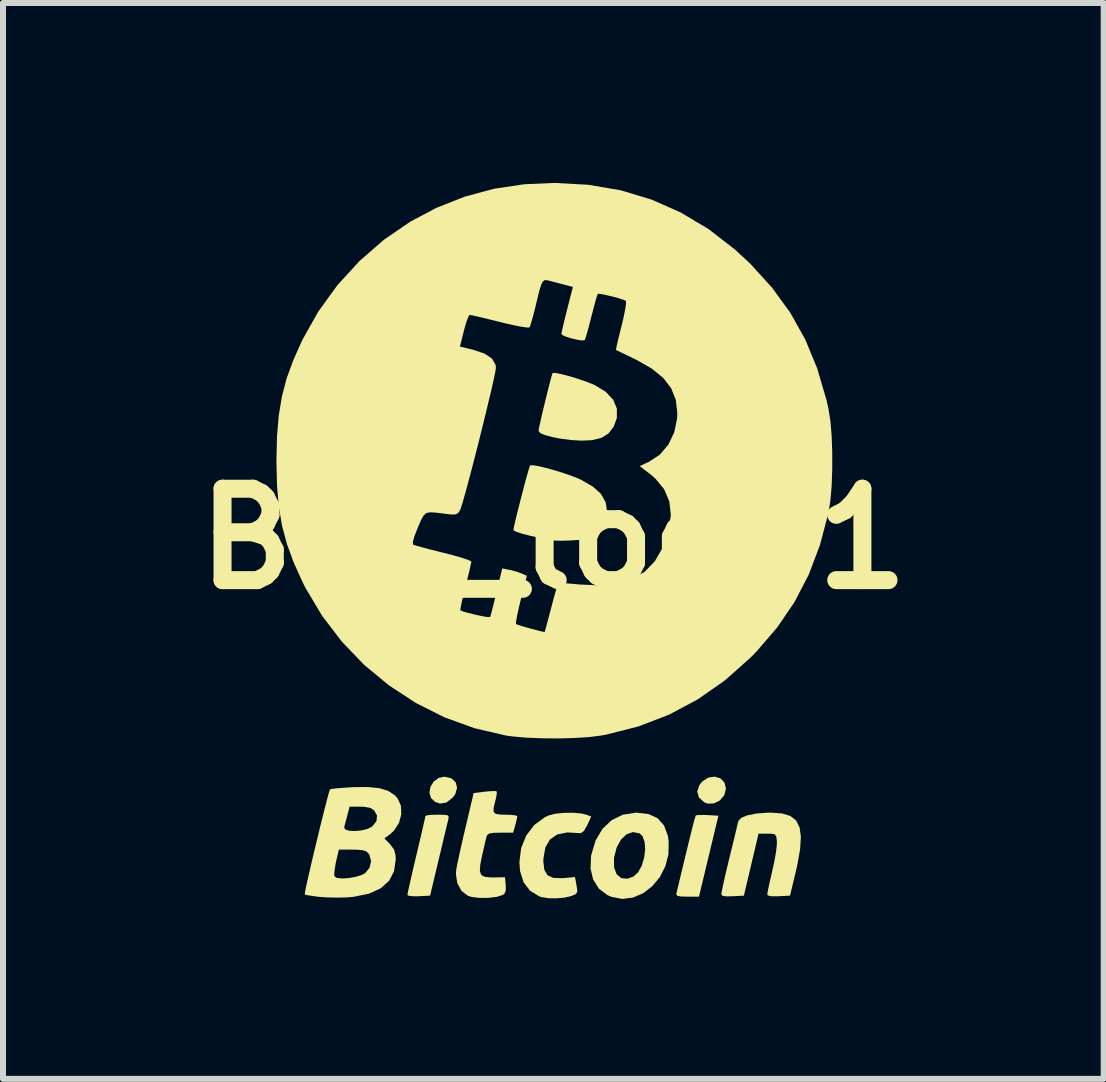
<source format=kicad_pcb>
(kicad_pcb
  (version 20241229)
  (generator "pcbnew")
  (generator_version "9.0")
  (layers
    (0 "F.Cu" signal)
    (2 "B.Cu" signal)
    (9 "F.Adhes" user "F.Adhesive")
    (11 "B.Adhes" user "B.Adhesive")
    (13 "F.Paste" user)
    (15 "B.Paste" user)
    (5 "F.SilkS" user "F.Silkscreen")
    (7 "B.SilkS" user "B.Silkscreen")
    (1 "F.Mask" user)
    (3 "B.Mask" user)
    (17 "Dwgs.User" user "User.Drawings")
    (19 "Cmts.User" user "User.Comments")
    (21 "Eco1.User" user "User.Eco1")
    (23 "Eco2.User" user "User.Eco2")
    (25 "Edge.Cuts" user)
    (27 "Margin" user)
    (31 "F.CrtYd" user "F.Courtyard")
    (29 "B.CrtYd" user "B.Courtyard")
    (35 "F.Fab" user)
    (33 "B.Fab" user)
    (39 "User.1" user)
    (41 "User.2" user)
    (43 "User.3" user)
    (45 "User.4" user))
  (footprint "BTC_logo1"
    (layer "F.Cu")
    (at 6.176 5.933)
    (property "Reference" "BTC_logo1" (at 0 0 0) (layer "F.SilkS") (effects (font (size 1.524 1.524) (thickness 0.3))))
    (attr board_only exclude_from_pos_files exclude_from_bom)
    (fp_poly (pts (xy -1.702 3.992) (xy -1.629 4.059) (xy -1.605 4.152) (xy -1.635 4.257) (xy -1.675 4.312) (xy -1.78 4.396) (xy -1.887 4.415) (xy -1.967 4.39) (xy -2.04 4.323) (xy -2.066 4.233) (xy -2.049 4.137) (xy -1.996 4.049) (xy -1.912 3.987) (xy -1.816 3.967)) (stroke (width 0) (type solid)) (fill yes) (layer "F.SilkS"))
    (fp_poly (pts (xy 2.784 3.994) (xy 2.853 4.063) (xy 2.878 4.164) (xy 2.85 4.275) (xy 2.778 4.361) (xy 2.68 4.412) (xy 2.573 4.416) (xy 2.517 4.394) (xy 2.427 4.313) (xy 2.399 4.214) (xy 2.434 4.108) (xy 2.482 4.048) (xy 2.583 3.982) (xy 2.689 3.966)) (stroke (width 0) (type solid)) (fill yes) (layer "F.SilkS"))
    (fp_poly (pts (xy 2.572 4.607) (xy 2.752 4.617) (xy 2.59 5.292) (xy 2.428 5.967) (xy 2.234 5.967) (xy 2.125 5.964) (xy 2.068 5.953) (xy 2.051 5.93) (xy 2.053 5.908) (xy 2.141 5.541) (xy 2.214 5.238) (xy 2.273 4.996) (xy 2.318 4.814) (xy 2.35 4.691) (xy 2.37 4.626) (xy 2.375 4.613) (xy 2.416 4.606) (xy 2.501 4.604)) (stroke (width 0) (type solid)) (fill yes) (layer "F.SilkS"))
    (fp_poly (pts (xy -1.822 4.602) (xy -1.764 4.61) (xy -1.745 4.632) (xy -1.75 4.672) (xy -1.75 4.675) (xy -1.764 4.731) (xy -1.79 4.839) (xy -1.826 4.989) (xy -1.868 5.168) (xy -1.912 5.35) (xy -2.055 5.95) (xy -2.244 5.96) (xy -2.351 5.96) (xy -2.419 5.95) (xy -2.433 5.937) (xy -2.426 5.896) (xy -2.405 5.8) (xy -2.374 5.661) (xy -2.334 5.488) (xy -2.288 5.293) (xy -2.283 5.274) (xy -2.237 5.078) (xy -2.196 4.905) (xy -2.164 4.764) (xy -2.142 4.667) (xy -2.133 4.623) (xy -2.133 4.622) (xy -2.103 4.61) (xy -2.024 4.602) (xy -1.933 4.6)) (stroke (width 0) (type solid)) (fill yes) (layer "F.SilkS"))
    (fp_poly (pts (xy 0.114 -2.75) (xy 0.233 -2.72) (xy 0.369 -2.68) (xy 0.505 -2.635) (xy 0.628 -2.589) (xy 0.692 -2.562) (xy 0.873 -2.451) (xy 0.997 -2.319) (xy 1.059 -2.172) (xy 1.059 -2.013) (xy 1.006 -1.869) (xy 0.92 -1.756) (xy 0.802 -1.682) (xy 0.641 -1.644) (xy 0.467 -1.636) (xy 0.299 -1.646) (xy 0.116 -1.67) (xy -0.017 -1.696) (xy -0.143 -1.73) (xy -0.214 -1.76) (xy -0.243 -1.792) (xy -0.245 -1.812) (xy -0.236 -1.864) (xy -0.214 -1.962) (xy -0.184 -2.094) (xy -0.148 -2.243) (xy -0.111 -2.396) (xy -0.075 -2.539) (xy -0.044 -2.658) (xy -0.022 -2.737) (xy -0.013 -2.763) (xy 0.027 -2.766)) (stroke (width 0) (type solid)) (fill yes) (layer "F.SilkS"))
    (fp_poly (pts (xy -0.253 -1.212) (xy -0.127 -1.182) (xy 0.019 -1.142) (xy 0.17 -1.095) (xy 0.313 -1.045) (xy 0.433 -0.997) (xy 0.461 -0.984) (xy 0.659 -0.87) (xy 0.795 -0.747) (xy 0.873 -0.607) (xy 0.897 -0.446) (xy 0.89 -0.361) (xy 0.838 -0.208) (xy 0.729 -0.083) (xy 0.609 -0.012) (xy 0.533 0.006) (xy 0.412 0.02) (xy 0.268 0.029) (xy 0.123 0.033) (xy -0.001 0.029) (xy -0.082 0.018) (xy -0.083 0.018) (xy -0.13 0.006) (xy -0.223 -0.015) (xy -0.347 -0.042) (xy -0.392 -0.052) (xy -0.517 -0.083) (xy -0.612 -0.114) (xy -0.662 -0.14) (xy -0.666 -0.147) (xy -0.658 -0.195) (xy -0.636 -0.292) (xy -0.604 -0.424) (xy -0.565 -0.578) (xy -0.523 -0.741) (xy -0.482 -0.899) (xy -0.444 -1.039) (xy -0.413 -1.148) (xy -0.393 -1.212) (xy -0.388 -1.223) (xy -0.345 -1.227)) (stroke (width 0) (type solid)) (fill yes) (layer "F.SilkS"))
    (fp_poly (pts (xy 0.465 4.58) (xy 0.547 4.599) (xy 0.631 4.631) (xy 0.566 4.774) (xy 0.511 4.871) (xy 0.459 4.908) (xy 0.443 4.908) (xy 0.229 4.896) (xy 0.063 4.931) (xy -0.057 5.014) (xy -0.133 5.146) (xy -0.165 5.327) (xy -0.167 5.382) (xy -0.15 5.521) (xy -0.097 5.61) (xy -0.000456 5.654) (xy 0.147 5.659) (xy 0.167 5.658) (xy 0.36 5.64) (xy 0.38 5.741) (xy 0.394 5.827) (xy 0.4 5.886) (xy 0.37 5.927) (xy 0.289 5.96) (xy 0.176 5.984) (xy 0.046 5.995) (xy -0.084 5.993) (xy -0.198 5.974) (xy -0.233 5.963) (xy -0.389 5.868) (xy -0.496 5.727) (xy -0.555 5.543) (xy -0.566 5.393) (xy -0.537 5.157) (xy -0.452 4.948) (xy -0.319 4.773) (xy -0.142 4.643) (xy -0.076 4.612) (xy 0.029 4.585) (xy 0.173 4.57) (xy 0.327 4.568)) (stroke (width 0) (type solid)) (fill yes) (layer "F.SilkS"))
    (fp_poly (pts (xy 1.588 4.59) (xy 1.74 4.661) (xy 1.846 4.781) (xy 1.909 4.951) (xy 1.923 5.042) (xy 1.919 5.26) (xy 1.867 5.462) (xy 1.774 5.643) (xy 1.648 5.794) (xy 1.497 5.91) (xy 1.329 5.982) (xy 1.151 6.005) (xy 0.971 5.971) (xy 0.902 5.942) (xy 0.76 5.834) (xy 0.665 5.684) (xy 0.62 5.5) (xy 0.627 5.33) (xy 1.011 5.33) (xy 1.013 5.483) (xy 1.056 5.594) (xy 1.132 5.658) (xy 1.236 5.668) (xy 1.335 5.632) (xy 1.414 5.561) (xy 1.474 5.45) (xy 1.514 5.318) (xy 1.531 5.18) (xy 1.522 5.054) (xy 1.486 4.957) (xy 1.438 4.912) (xy 1.328 4.89) (xy 1.222 4.926) (xy 1.129 5.013) (xy 1.057 5.143) (xy 1.014 5.308) (xy 1.011 5.33) (xy 0.627 5.33) (xy 0.629 5.289) (xy 0.633 5.269) (xy 0.705 5.029) (xy 0.82 4.835) (xy 0.973 4.691) (xy 1.16 4.6) (xy 1.378 4.567) (xy 1.39 4.567)) (stroke (width 0) (type solid)) (fill yes) (layer "F.SilkS"))
    (fp_poly (pts (xy 3.815 4.58) (xy 3.952 4.622) (xy 4.048 4.698) (xy 4.106 4.813) (xy 4.127 4.971) (xy 4.114 5.177) (xy 4.068 5.436) (xy 4.038 5.567) (xy 3.946 5.95) (xy 3.756 5.96) (xy 3.637 5.961) (xy 3.577 5.947) (xy 3.567 5.929) (xy 3.574 5.881) (xy 3.594 5.784) (xy 3.624 5.652) (xy 3.652 5.53) (xy 3.687 5.37) (xy 3.713 5.22) (xy 3.726 5.101) (xy 3.727 5.045) (xy 3.718 4.966) (xy 3.693 4.928) (xy 3.634 4.917) (xy 3.569 4.917) (xy 3.421 4.917) (xy 3.299 5.433) (xy 3.177 5.95) (xy 2.989 5.96) (xy 2.875 5.962) (xy 2.816 5.95) (xy 2.8 5.924) (xy 2.808 5.878) (xy 2.829 5.779) (xy 2.86 5.638) (xy 2.9 5.468) (xy 2.933 5.331) (xy 2.979 5.144) (xy 3.02 4.976) (xy 3.053 4.838) (xy 3.075 4.744) (xy 3.083 4.711) (xy 3.129 4.655) (xy 3.232 4.612) (xy 3.384 4.581) (xy 3.576 4.567) (xy 3.637 4.567)) (stroke (width 0) (type solid)) (fill yes) (layer "F.SilkS"))
    (fp_poly (pts (xy -0.945 4.211) (xy -0.943 4.25) (xy -0.957 4.328) (xy -0.964 4.355) (xy -0.995 4.479) (xy -0.997 4.551) (xy -0.961 4.587) (xy -0.879 4.599) (xy -0.8 4.6) (xy -0.695 4.604) (xy -0.622 4.614) (xy -0.6 4.625) (xy -0.609 4.671) (xy -0.629 4.753) (xy -0.635 4.775) (xy -0.67 4.9) (xy -0.883 4.9) (xy -1.003 4.903) (xy -1.072 4.916) (xy -1.105 4.941) (xy -1.112 4.958) (xy -1.127 5.017) (xy -1.151 5.121) (xy -1.181 5.25) (xy -1.187 5.277) (xy -1.219 5.437) (xy -1.225 5.544) (xy -1.2 5.608) (xy -1.137 5.638) (xy -1.032 5.647) (xy -0.99 5.646) (xy -0.806 5.643) (xy -0.794 5.774) (xy -0.793 5.868) (xy -0.818 5.92) (xy -0.846 5.94) (xy -0.946 5.971) (xy -1.084 5.987) (xy -1.231 5.988) (xy -1.362 5.972) (xy -1.426 5.952) (xy -1.533 5.869) (xy -1.601 5.743) (xy -1.625 5.59) (xy -1.619 5.518) (xy -1.605 5.441) (xy -1.578 5.313) (xy -1.542 5.148) (xy -1.499 4.96) (xy -1.464 4.812) (xy -1.329 4.24) (xy -1.145 4.217) (xy -1.041 4.208) (xy -0.968 4.206)) (stroke (width 0) (type solid)) (fill yes) (layer "F.SilkS"))
    (fp_poly (pts (xy -2.899 4.159) (xy -2.754 4.203) (xy -2.645 4.275) (xy -2.6 4.324) (xy -2.542 4.448) (xy -2.535 4.592) (xy -2.574 4.738) (xy -2.657 4.867) (xy -2.724 4.927) (xy -2.817 4.995) (xy -2.722 5.094) (xy -2.657 5.18) (xy -2.631 5.275) (xy -2.628 5.344) (xy -2.656 5.542) (xy -2.739 5.703) (xy -2.879 5.828) (xy -3.074 5.917) (xy -3.325 5.969) (xy -3.442 5.979) (xy -3.607 5.983) (xy -3.786 5.979) (xy -3.908 5.97) (xy -4.023 5.955) (xy -4.108 5.941) (xy -4.145 5.931) (xy -4.145 5.931) (xy -4.141 5.896) (xy -4.124 5.806) (xy -4.094 5.673) (xy -4.075 5.587) (xy -3.653 5.587) (xy -3.65 5.628) (xy -3.608 5.655) (xy -3.521 5.664) (xy -3.409 5.657) (xy -3.293 5.636) (xy -3.19 5.604) (xy -3.137 5.574) (xy -3.064 5.485) (xy -3.039 5.374) (xy -3.068 5.267) (xy -3.079 5.25) (xy -3.118 5.213) (xy -3.177 5.193) (xy -3.276 5.184) (xy -3.353 5.183) (xy -3.577 5.183) (xy -3.623 5.382) (xy -3.644 5.496) (xy -3.653 5.587) (xy -4.075 5.587) (xy -4.056 5.506) (xy -4.012 5.316) (xy -3.963 5.112) (xy -3.913 4.905) (xy -3.89 4.808) (xy -3.488 4.808) (xy -3.471 4.846) (xy -3.408 4.867) (xy -3.314 4.873) (xy -3.208 4.864) (xy -3.106 4.84) (xy -3.027 4.802) (xy -3.021 4.798) (xy -2.949 4.709) (xy -2.94 4.613) (xy -2.989 4.528) (xy -3.051 4.487) (xy -3.153 4.469) (xy -3.221 4.467) (xy -3.397 4.467) (xy -3.434 4.608) (xy -3.461 4.71) (xy -3.483 4.792) (xy -3.488 4.808) (xy -3.89 4.808) (xy -3.864 4.706) (xy -3.819 4.525) (xy -3.78 4.372) (xy -3.749 4.257) (xy -3.729 4.191) (xy -3.723 4.179) (xy -3.684 4.169) (xy -3.592 4.159) (xy -3.462 4.149) (xy -3.335 4.141) (xy -3.09 4.139)) (stroke (width 0) (type solid)) (fill yes) (layer "F.SilkS"))
    (fp_poly (pts (xy 0.585 -5.902) (xy 1.124 -5.81) (xy 1.638 -5.655) (xy 2.127 -5.439) (xy 2.591 -5.161) (xy 3.03 -4.821) (xy 3.286 -4.583) (xy 3.647 -4.186) (xy 3.951 -3.768) (xy 4.201 -3.321) (xy 4.4 -2.839) (xy 4.554 -2.313) (xy 4.587 -2.167) (xy 4.619 -1.966) (xy 4.64 -1.719) (xy 4.65 -1.443) (xy 4.65 -1.158) (xy 4.64 -0.882) (xy 4.619 -0.634) (xy 4.587 -0.434) (xy 4.587 -0.433) (xy 4.445 0.105) (xy 4.258 0.598) (xy 4.022 1.053) (xy 3.733 1.478) (xy 3.387 1.88) (xy 3.286 1.983) (xy 2.862 2.36) (xy 2.408 2.677) (xy 1.926 2.934) (xy 1.415 3.13) (xy 0.877 3.266) (xy 0.787 3.282) (xy 0.589 3.307) (xy 0.344 3.322) (xy 0.073 3.329) (xy -0.203 3.326) (xy -0.466 3.315) (xy -0.694 3.294) (xy -0.788 3.281) (xy -1.31 3.16) (xy -1.813 2.978) (xy -2.292 2.738) (xy -2.74 2.445) (xy -3.154 2.103) (xy -3.527 1.714) (xy -3.856 1.284) (xy -4.134 0.817) (xy -4.184 0.717) (xy -4.33 0.393) (xy -4.442 0.088) (xy -4.45 0.057) (xy -2.344 0.057) (xy -2.337 0.098) (xy -2.293 0.113) (xy -2.197 0.14) (xy -2.062 0.176) (xy -1.899 0.217) (xy -1.834 0.233) (xy -1.668 0.276) (xy -1.528 0.316) (xy -1.426 0.35) (xy -1.373 0.375) (xy -1.367 0.382) (xy -1.376 0.426) (xy -1.397 0.521) (xy -1.429 0.652) (xy -1.466 0.799) (xy -1.503 0.949) (xy -1.531 1.073) (xy -1.548 1.159) (xy -1.551 1.193) (xy -1.51 1.211) (xy -1.427 1.235) (xy -1.321 1.261) (xy -1.212 1.285) (xy -1.12 1.302) (xy -1.063 1.307) (xy -1.054 1.305) (xy -1.042 1.266) (xy -1.018 1.175) (xy -0.986 1.047) (xy -0.948 0.893) (xy -0.947 0.889) (xy -0.852 0.495) (xy -0.735 0.517) (xy -0.626 0.544) (xy -0.53 0.578) (xy -0.442 0.617) (xy -0.542 1.01) (xy -0.579 1.163) (xy -0.606 1.291) (xy -0.622 1.381) (xy -0.623 1.421) (xy -0.623 1.421) (xy -0.587 1.436) (xy -0.508 1.461) (xy -0.405 1.49) (xy -0.298 1.519) (xy -0.208 1.542) (xy -0.153 1.553) (xy -0.145 1.553) (xy -0.135 1.522) (xy -0.112 1.438) (xy -0.079 1.315) (xy -0.04 1.164) (xy -0.036 1.153) (xy 0.004 0.999) (xy 0.04 0.871) (xy 0.066 0.781) (xy 0.08 0.742) (xy 0.081 0.742) (xy 0.117 0.739) (xy 0.206 0.743) (xy 0.331 0.752) (xy 0.43 0.762) (xy 0.773 0.777) (xy 1.068 0.748) (xy 1.317 0.672) (xy 1.524 0.549) (xy 1.691 0.376) (xy 1.821 0.152) (xy 1.917 -0.125) (xy 1.921 -0.141) (xy 1.959 -0.394) (xy 1.934 -0.621) (xy 1.848 -0.825) (xy 1.7 -1.005) (xy 1.619 -1.074) (xy 1.44 -1.212) (xy 1.597 -1.285) (xy 1.776 -1.403) (xy 1.917 -1.569) (xy 2.015 -1.773) (xy 2.063 -2.004) (xy 2.067 -2.094) (xy 2.042 -2.314) (xy 1.965 -2.508) (xy 1.833 -2.681) (xy 1.641 -2.838) (xy 1.387 -2.982) (xy 1.371 -2.99) (xy 1.239 -3.054) (xy 1.133 -3.105) (xy 1.063 -3.139) (xy 1.043 -3.148) (xy 1.049 -3.18) (xy 1.067 -3.264) (xy 1.097 -3.387) (xy 1.134 -3.537) (xy 1.137 -3.548) (xy 1.173 -3.701) (xy 1.199 -3.831) (xy 1.212 -3.924) (xy 1.211 -3.966) (xy 1.21 -3.967) (xy 1.167 -3.986) (xy 1.082 -4.013) (xy 0.978 -4.041) (xy 0.872 -4.065) (xy 0.787 -4.082) (xy 0.742 -4.085) (xy 0.74 -4.084) (xy 0.727 -4.049) (xy 0.702 -3.962) (xy 0.669 -3.838) (xy 0.633 -3.7) (xy 0.595 -3.551) (xy 0.561 -3.428) (xy 0.535 -3.343) (xy 0.522 -3.311) (xy 0.48 -3.306) (xy 0.4 -3.318) (xy 0.303 -3.341) (xy 0.212 -3.369) (xy 0.15 -3.397) (xy 0.134 -3.414) (xy 0.142 -3.459) (xy 0.164 -3.554) (xy 0.195 -3.685) (xy 0.23 -3.825) (xy 0.326 -4.199) (xy 0.188 -4.235) (xy 0.069 -4.266) (xy -0.044 -4.296) (xy -0.06 -4.3) (xy -0.11 -4.312) (xy -0.147 -4.311) (xy -0.176 -4.289) (xy -0.203 -4.236) (xy -0.232 -4.142) (xy -0.267 -4) (xy -0.299 -3.867) (xy -0.334 -3.728) (xy -0.366 -3.615) (xy -0.39 -3.541) (xy -0.399 -3.523) (xy -0.439 -3.522) (xy -0.53 -3.535) (xy -0.662 -3.561) (xy -0.822 -3.597) (xy -0.893 -3.615) (xy -1.062 -3.657) (xy -1.209 -3.693) (xy -1.32 -3.718) (xy -1.385 -3.732) (xy -1.394 -3.733) (xy -1.416 -3.703) (xy -1.447 -3.624) (xy -1.481 -3.509) (xy -1.491 -3.469) (xy -1.558 -3.205) (xy -1.332 -3.15) (xy -1.146 -3.087) (xy -1.023 -3.004) (xy -0.964 -2.902) (xy -0.958 -2.852) (xy -0.966 -2.793) (xy -0.989 -2.68) (xy -1.024 -2.522) (xy -1.07 -2.329) (xy -1.123 -2.108) (xy -1.181 -1.871) (xy -1.242 -1.626) (xy -1.304 -1.382) (xy -1.364 -1.149) (xy -1.421 -0.936) (xy -1.471 -0.752) (xy -1.512 -0.607) (xy -1.543 -0.509) (xy -1.558 -0.471) (xy -1.591 -0.426) (xy -1.633 -0.406) (xy -1.704 -0.405) (xy -1.795 -0.415) (xy -1.949 -0.435) (xy -2.051 -0.442) (xy -2.118 -0.429) (xy -2.164 -0.387) (xy -2.206 -0.311) (xy -2.258 -0.191) (xy -2.259 -0.187) (xy -2.318 -0.039) (xy -2.344 0.057) (xy -4.45 0.057) (xy -4.523 -0.215) (xy -4.577 -0.533) (xy -4.607 -0.882) (xy -4.617 -1.279) (xy -4.617 -1.3) (xy -4.608 -1.699) (xy -4.579 -2.051) (xy -4.526 -2.37) (xy -4.447 -2.674) (xy -4.336 -2.978) (xy -4.192 -3.3) (xy -4.184 -3.317) (xy -3.918 -3.79) (xy -3.599 -4.23) (xy -3.233 -4.63) (xy -2.826 -4.985) (xy -2.384 -5.288) (xy -1.947 -5.519) (xy -1.472 -5.706) (xy -0.988 -5.836) (xy -0.483 -5.911) (xy 0.021 -5.933)) (stroke (width 0) (type solid)) (fill yes) (layer "F.SilkS")))
  (gr_rect
    (start -3 -3)
    (end 15.352 14.938)
    (stroke (width 0.1) (type default))
    (fill no)
    (layer "Edge.Cuts")))
</source>
